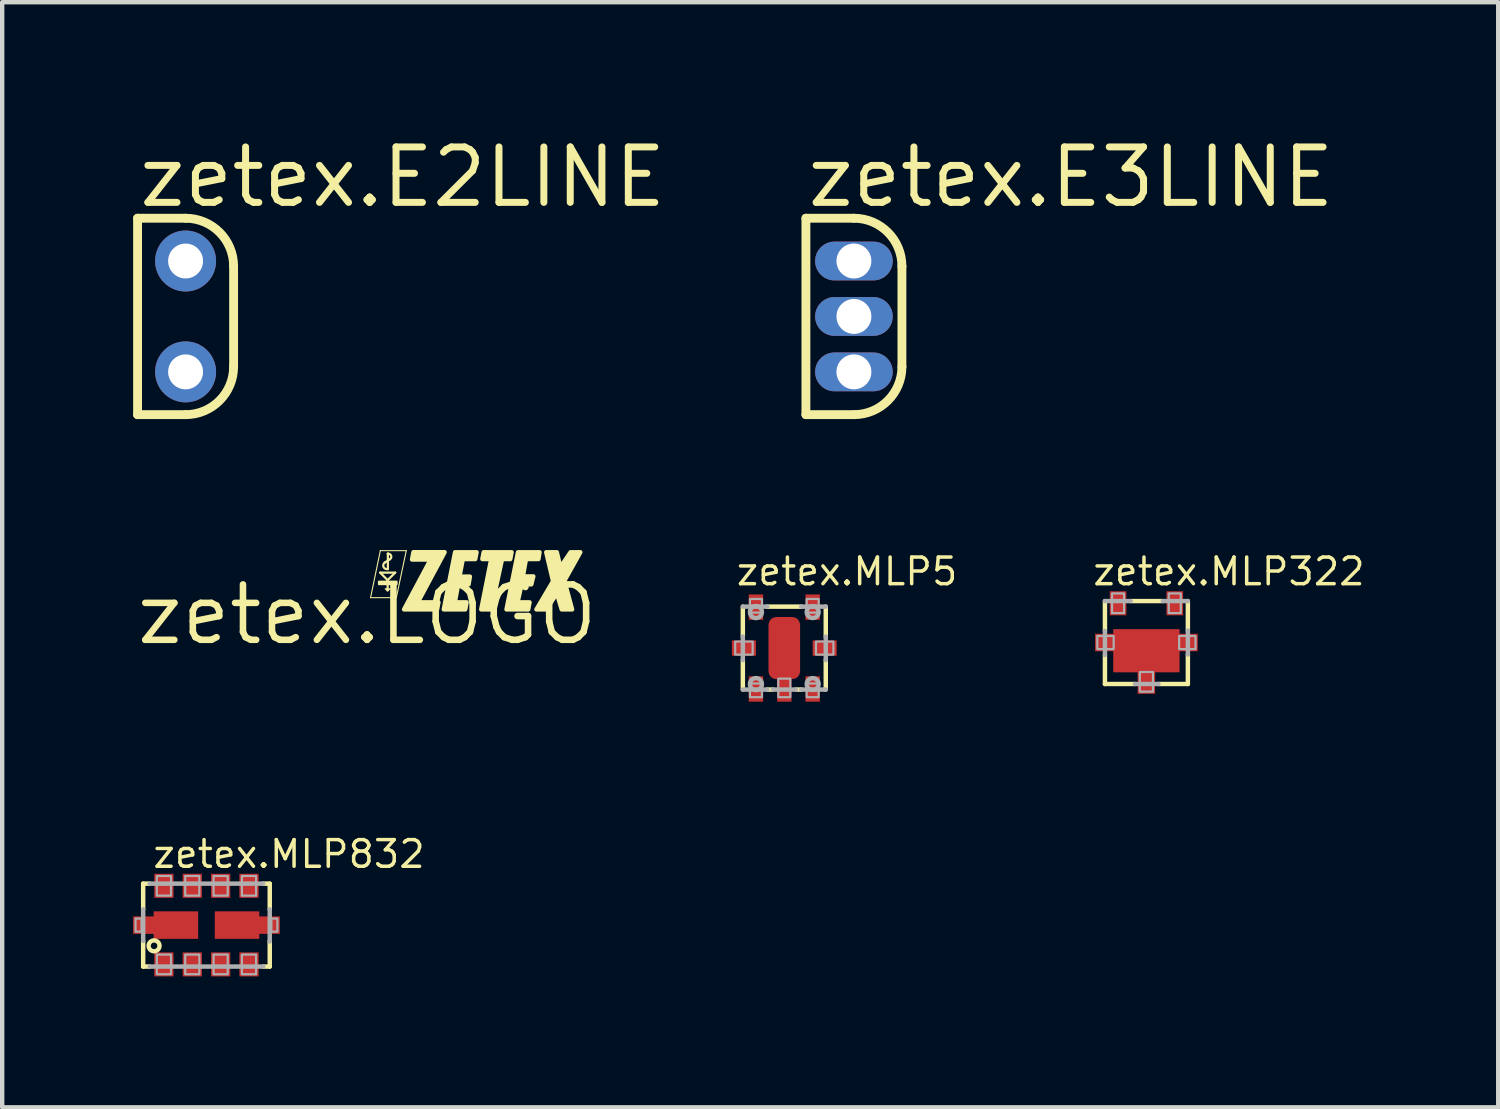
<source format=kicad_pcb>
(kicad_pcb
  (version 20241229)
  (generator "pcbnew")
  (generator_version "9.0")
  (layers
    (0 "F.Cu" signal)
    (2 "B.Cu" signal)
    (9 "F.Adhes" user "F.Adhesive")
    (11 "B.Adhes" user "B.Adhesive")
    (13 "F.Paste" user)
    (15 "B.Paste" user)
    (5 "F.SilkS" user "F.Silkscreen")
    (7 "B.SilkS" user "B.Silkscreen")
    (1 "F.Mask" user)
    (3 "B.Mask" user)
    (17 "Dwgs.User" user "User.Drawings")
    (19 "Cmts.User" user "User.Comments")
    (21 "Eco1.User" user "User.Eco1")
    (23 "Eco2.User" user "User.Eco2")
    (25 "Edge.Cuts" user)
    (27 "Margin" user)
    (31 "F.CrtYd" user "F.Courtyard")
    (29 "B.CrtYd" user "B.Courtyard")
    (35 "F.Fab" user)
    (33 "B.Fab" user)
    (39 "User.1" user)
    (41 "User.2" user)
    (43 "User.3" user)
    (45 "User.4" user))
  (footprint "zetex.MLP322"
    (layer "F.Cu")
    (at 23.215 11.671)
    (property "Reference" "zetex.MLP322" (at -1.27 -1.27 0) (layer "F.SilkS") (effects (font (size 0.61 0.61) (thickness 0.08)) (justify left bottom)))
    (attr smd)
    (fp_line (start -0.95 -0.263) (end -0.95 -0.95) (stroke (width 0.102) (type default)) (layer "F.SilkS"))
    (fp_line (start -0.95 0.95) (end -0.95 0.287) (stroke (width 0.102) (type default)) (layer "F.SilkS"))
    (fp_line (start -0.362 -0.95) (end 0.375 -0.95) (stroke (width 0.102) (type default)) (layer "F.SilkS"))
    (fp_line (start -0.263 0.95) (end -0.95 0.95) (stroke (width 0.102) (type default)) (layer "F.SilkS"))
    (fp_line (start 0.95 -0.95) (end 0.95 -0.275) (stroke (width 0.102) (type default)) (layer "F.SilkS"))
    (fp_line (start 0.95 0.275) (end 0.95 0.95) (stroke (width 0.102) (type default)) (layer "F.SilkS"))
    (fp_line (start 0.95 0.95) (end 0.275 0.95) (stroke (width 0.102) (type default)) (layer "F.SilkS"))
    (fp_line (start -0.95 -0.95) (end -0.362 -0.95) (stroke (width 0.102) (type default)) (layer "F.Fab"))
    (fp_line (start -0.95 0.287) (end -0.95 -0.263) (stroke (width 0.102) (type default)) (layer "F.Fab"))
    (fp_line (start 0.275 0.95) (end -0.263 0.95) (stroke (width 0.102) (type default)) (layer "F.Fab"))
    (fp_line (start 0.375 -0.95) (end 0.95 -0.95) (stroke (width 0.102) (type default)) (layer "F.Fab"))
    (fp_line (start 0.95 -0.275) (end 0.95 0.275) (stroke (width 0.102) (type default)) (layer "F.Fab"))
    (fp_rect (start -1.125 0.15) (end -0.75 -0.15) (stroke (width 0.05) (type default)) (fill no) (layer "F.Fab"))
    (fp_rect (start -0.787 -0.675) (end -0.512 -1.125) (stroke (width 0.05) (type default)) (fill no) (layer "F.Fab"))
    (fp_rect (start -0.15 1.125) (end 0.15 0.675) (stroke (width 0.05) (type default)) (fill no) (layer "F.Fab"))
    (fp_rect (start 0.512 -0.675) (end 0.787 -1.125) (stroke (width 0.05) (type default)) (fill no) (layer "F.Fab"))
    (fp_rect (start 0.75 0.15) (end 1.125 -0.15) (stroke (width 0.05) (type default)) (fill no) (layer "F.Fab"))
    (pad "B" smd roundrect (at 0.65 -0.9) (size 0.38 0.55) (layers "F.Cu" "F.Mask" "F.Paste") (roundrect_rratio 0.01))
    (pad "C" smd roundrect (at 0 0.188) (size 1.52 0.99) (layers "F.Cu" "F.Mask" "F.Paste") (roundrect_rratio 0.01))
    (pad "C@1" smd roundrect (at -0.938 0) (size 0.475 0.4) (layers "F.Cu" "F.Mask" "F.Paste") (roundrect_rratio 0.01))
    (pad "C@2" smd roundrect (at 0 0.875) (size 0.4 0.6) (layers "F.Cu" "F.Mask" "F.Paste") (roundrect_rratio 0.01))
    (pad "C@3" smd roundrect (at 0.938 0) (size 0.475 0.4) (layers "F.Cu" "F.Mask" "F.Paste") (roundrect_rratio 0.01))
    (pad "E" smd roundrect (at -0.65 -0.9) (size 0.38 0.55) (layers "F.Cu" "F.Mask" "F.Paste") (roundrect_rratio 0.01)))
  (footprint "zetex.LOGO"
    (layer "F.Cu")
    (at 5.359 11.029)
    (property "Reference" "zetex.LOGO" (at 0 0 0) (layer "F.SilkS") (effects (font (size 1.27 1.27) (thickness 0.15))))
    (fp_line (start 0.081 -0.386) (end 0.305 -1.463) (stroke (width 0.025) (type default)) (layer "F.SilkS"))
    (fp_line (start 0.3 -0.96) (end 0.645 -0.96) (stroke (width 0.051) (type default)) (layer "F.SilkS"))
    (fp_line (start 0.305 -1.463) (end 0.899 -1.463) (stroke (width 0.025) (type default)) (layer "F.SilkS"))
    (fp_line (start 0.411 -1.194) (end 0.518 -1.26) (stroke (width 0.051) (type default)) (layer "F.SilkS"))
    (fp_line (start 0.472 -0.787) (end 0.3 -0.96) (stroke (width 0.051) (type default)) (layer "F.SilkS"))
    (fp_line (start 0.472 -0.787) (end 0.472 -0.594) (stroke (width 0.051) (type default)) (layer "F.SilkS"))
    (fp_line (start 0.477 -1.392) (end 0.477 -1.041) (stroke (width 0.051) (type default)) (layer "F.SilkS"))
    (fp_line (start 0.477 -1.041) (end 0.462 -1.041) (stroke (width 0.051) (type default)) (layer "F.SilkS"))
    (fp_line (start 0.478 -1.392) (end 0.477 -1.392) (stroke (width 0.051) (type default)) (layer "F.SilkS"))
    (fp_line (start 0.493 -1.392) (end 0.478 -1.392) (stroke (width 0.051) (type default)) (layer "F.SilkS"))
    (fp_line (start 0.645 -0.96) (end 0.472 -0.787) (stroke (width 0.051) (type default)) (layer "F.SilkS"))
    (fp_line (start 0.671 -0.386) (end 0.081 -0.386) (stroke (width 0.025) (type default)) (layer "F.SilkS"))
    (fp_line (start 0.899 -1.463) (end 0.671 -0.386) (stroke (width 0.025) (type default)) (layer "F.SilkS"))
    (fp_rect (start 0.274 -0.696) (end 0.676 -0.752) (stroke (width 0.05) (type default)) (fill yes) (layer "F.SilkS"))
    (fp_arc (start 0.4522 -1.0414) (mid 0.373342 -1.102) (end 0.4116 -1.1938) (stroke (width 0.0508) (type default)) (layer "F.SilkS"))
    (fp_arc (start 0.4776 -1.3919) (mid 0.554148 -1.341744) (end 0.5132 -1.2599) (stroke (width 0.0508) (type default)) (layer "F.SilkS"))
    (fp_poly (pts (xy 0.417 -0.589) (xy 0.523 -0.589) (xy 0.472 -0.533)) (stroke (width 0.025) (type default)) (fill yes) (layer "F.SilkS"))
    (fp_poly (pts (xy 2.672 -1.427) (xy 3.312 -1.427) (xy 3.282 -1.27) (xy 3.094 -1.27) (xy 2.845 -0.117) (xy 2.616 -0.117) (xy 2.845 -1.27) (xy 2.642 -1.27)) (stroke (width 0.1) (type default)) (fill yes) (layer "F.SilkS"))
    (fp_poly (pts (xy 1.063 -1.428) (xy 1.778 -1.428) (xy 1.778 -1.427) (xy 1.163 -0.279) (xy 1.636 -0.279) (xy 1.605 -0.117) (xy 0.848 -0.117) (xy 1.458 -1.26) (xy 1.031 -1.26) (xy 1.062 -1.427)) (stroke (width 0.1) (type default)) (fill yes) (layer "F.SilkS"))
    (fp_poly (pts (xy 2.017 -1.427) (xy 2.51 -1.427) (xy 2.479 -1.27) (xy 2.195 -1.27) (xy 2.118 -0.869) (xy 2.357 -0.869) (xy 2.327 -0.691) (xy 2.088 -0.691) (xy 2.012 -0.279) (xy 2.281 -0.279) (xy 2.25 -0.117) (xy 1.758 -0.117)) (stroke (width 0.1) (type default)) (fill yes) (layer "F.SilkS"))
    (fp_poly (pts (xy 3.459 -1.427) (xy 3.952 -1.427) (xy 3.927 -1.27) (xy 3.642 -1.27) (xy 3.571 -0.874) (xy 3.81 -0.874) (xy 3.764 -0.691) (xy 3.541 -0.691) (xy 3.449 -0.279) (xy 3.724 -0.279) (xy 3.693 -0.117) (xy 3.195 -0.117)) (stroke (width 0.1) (type default)) (fill yes) (layer "F.SilkS"))
    (fp_poly (pts (xy 4.105 -1.427) (xy 4.348 -1.427) (xy 4.43 -1.082) (xy 4.663 -1.427) (xy 4.887 -1.427) (xy 4.521 -0.772) (xy 4.699 -0.117) (xy 4.46 -0.117) (xy 4.348 -0.488) (xy 4.11 -0.117) (xy 3.881 -0.117) (xy 4.262 -0.762)) (stroke (width 0.1) (type default)) (fill yes) (layer "F.SilkS")))
  (footprint "zetex.E2LINE"
    (layer "F.Cu")
    (at 1.202 4.2)
    (property "Reference" "zetex.E2LINE" (at -1.15 -2.45 0) (layer "F.SilkS") (effects (font (size 1.27 1.27) (thickness 0.16)) (justify left bottom)))
    (attr through_hole)
    (fp_line (start -1.1 -2.25) (end 0 -2.25) (stroke (width 0.203) (type default)) (layer "F.SilkS"))
    (fp_line (start -1.1 2.25) (end -1.1 -2.25) (stroke (width 0.203) (type default)) (layer "F.SilkS"))
    (fp_line (start 0 2.25) (end -1.1 2.25) (stroke (width 0.203) (type default)) (layer "F.SilkS"))
    (fp_line (start 1.1 -1.15) (end 1.1 1.15) (stroke (width 0.203) (type default)) (layer "F.SilkS"))
    (fp_arc (start 0 -2.25) (mid 0.777817 -1.927817) (end 1.1 -1.15) (stroke (width 0.2032) (type default)) (layer "F.SilkS"))
    (fp_arc (start 1.1 1.15) (mid 0.777817 1.927817) (end 0 2.25) (stroke (width 0.2032) (type default)) (layer "F.SilkS"))
    (pad "1" thru_hole circle (at 0 1.27) (size 1.397 1.397) (drill 0.8) (layers "*.Cu" "*.Mask"))
    (pad "2" thru_hole circle (at 0 -1.27) (size 1.397 1.397) (drill 0.8) (layers "*.Cu" "*.Mask")))
  (footprint "zetex.MLP832"
    (layer "F.Cu")
    (at 1.68 18.145)
    (property "Reference" "zetex.MLP832" (at -1.27 -1.27 0) (layer "F.SilkS") (effects (font (size 0.61 0.61) (thickness 0.08)) (justify left bottom)))
    (attr smd)
    (fp_line (start -1.45 -0.95) (end -1.3 -0.95) (stroke (width 0.102) (type default)) (layer "F.SilkS"))
    (fp_line (start -1.45 -0.362) (end -1.45 -0.95) (stroke (width 0.102) (type default)) (layer "F.SilkS"))
    (fp_line (start -1.45 0.95) (end -1.45 0.362) (stroke (width 0.102) (type default)) (layer "F.SilkS"))
    (fp_line (start -1.3 0.95) (end -1.45 0.95) (stroke (width 0.102) (type default)) (layer "F.SilkS"))
    (fp_line (start 1.3 -0.95) (end 1.45 -0.95) (stroke (width 0.102) (type default)) (layer "F.SilkS"))
    (fp_line (start 1.45 -0.95) (end 1.45 -0.362) (stroke (width 0.102) (type default)) (layer "F.SilkS"))
    (fp_line (start 1.45 0.362) (end 1.45 0.95) (stroke (width 0.102) (type default)) (layer "F.SilkS"))
    (fp_line (start 1.45 0.95) (end 1.3 0.95) (stroke (width 0.102) (type default)) (layer "F.SilkS"))
    (fp_circle (center -1.2 0.475) (end -1.075 0.475) (stroke (width 0.1) (type default)) (fill no) (layer "F.SilkS"))
    (fp_line (start -1.45 0.362) (end -1.45 -0.362) (stroke (width 0.102) (type default)) (layer "F.Fab"))
    (fp_line (start -1.3 -0.95) (end 1.3 -0.95) (stroke (width 0.102) (type default)) (layer "F.Fab"))
    (fp_line (start 1.3 0.95) (end -1.3 0.95) (stroke (width 0.102) (type default)) (layer "F.Fab"))
    (fp_line (start 1.45 -0.362) (end 1.45 0.375) (stroke (width 0.102) (type default)) (layer "F.Fab"))
    (fp_rect (start -1.625 0.15) (end -1.488 -0.15) (stroke (width 0.05) (type default)) (fill no) (layer "F.Fab"))
    (fp_rect (start -1.137 -0.675) (end -0.812 -1.125) (stroke (width 0.05) (type default)) (fill no) (layer "F.Fab"))
    (fp_rect (start -1.137 1.125) (end -0.812 0.675) (stroke (width 0.05) (type default)) (fill no) (layer "F.Fab"))
    (fp_rect (start -0.487 -0.675) (end -0.163 -1.125) (stroke (width 0.05) (type default)) (fill no) (layer "F.Fab"))
    (fp_rect (start -0.487 1.125) (end -0.163 0.675) (stroke (width 0.05) (type default)) (fill no) (layer "F.Fab"))
    (fp_rect (start 0.163 -0.675) (end 0.487 -1.125) (stroke (width 0.05) (type default)) (fill no) (layer "F.Fab"))
    (fp_rect (start 0.163 1.125) (end 0.487 0.675) (stroke (width 0.05) (type default)) (fill no) (layer "F.Fab"))
    (fp_rect (start 0.812 -0.675) (end 1.137 -1.125) (stroke (width 0.05) (type default)) (fill no) (layer "F.Fab"))
    (fp_rect (start 0.812 1.125) (end 1.137 0.675) (stroke (width 0.05) (type default)) (fill no) (layer "F.Fab"))
    (fp_rect (start 1.488 0.15) (end 1.625 -0.15) (stroke (width 0.05) (type default)) (fill no) (layer "F.Fab"))
    (pad "1" smd roundrect (at -0.975 0.9) (size 0.44 0.55) (layers "F.Cu" "F.Mask" "F.Paste") (roundrect_rratio 0.01))
    (pad "2" smd roundrect (at -0.325 0.9) (size 0.44 0.55) (layers "F.Cu" "F.Mask" "F.Paste") (roundrect_rratio 0.01))
    (pad "3" smd roundrect (at 0.325 0.9) (size 0.44 0.55) (layers "F.Cu" "F.Mask" "F.Paste") (roundrect_rratio 0.01))
    (pad "4" smd roundrect (at 0.975 0.9) (size 0.44 0.55) (layers "F.Cu" "F.Mask" "F.Paste") (roundrect_rratio 0.01))
    (pad "5" smd roundrect (at 0.975 -0.9) (size 0.44 0.55) (layers "F.Cu" "F.Mask" "F.Paste") (roundrect_rratio 0.01))
    (pad "6" smd roundrect (at 0.325 -0.9) (size 0.44 0.55) (layers "F.Cu" "F.Mask" "F.Paste") (roundrect_rratio 0.01))
    (pad "7" smd roundrect (at -0.325 -0.9) (size 0.44 0.55) (layers "F.Cu" "F.Mask" "F.Paste") (roundrect_rratio 0.01))
    (pad "8" smd roundrect (at -0.975 -0.9) (size 0.44 0.55) (layers "F.Cu" "F.Mask" "F.Paste") (roundrect_rratio 0.01))
    (pad "F1" smd roundrect (at -0.7 0) (size 1.02 0.63) (layers "F.Cu" "F.Mask" "F.Paste") (roundrect_rratio 0.01))
    (pad "F1@1" smd roundrect (at -1.375 0) (size 0.61 0.4) (layers "F.Cu" "F.Mask" "F.Paste") (roundrect_rratio 0.01))
    (pad "F2" smd roundrect (at 0.7 0) (size 1.02 0.63) (layers "F.Cu" "F.Mask" "F.Paste") (roundrect_rratio 0.01))
    (pad "F2@2" smd roundrect (at 1.375 0) (size 0.61 0.4) (layers "F.Cu" "F.Mask" "F.Paste") (roundrect_rratio 0.01)))
  (footprint "zetex.MLP5"
    (layer "F.Cu")
    (at 14.919 11.798)
    (property "Reference" "zetex.MLP5" (at -1.143 -1.397 0) (layer "F.SilkS") (effects (font (size 0.61 0.61) (thickness 0.08)) (justify left bottom)))
    (attr smd)
    (fp_line (start -0.95 -0.263) (end -0.95 -0.95) (stroke (width 0.102) (type default)) (layer "F.SilkS"))
    (fp_line (start -0.95 0.95) (end -0.95 0.275) (stroke (width 0.102) (type default)) (layer "F.SilkS"))
    (fp_line (start -0.388 -0.95) (end 0.388 -0.95) (stroke (width 0.102) (type default)) (layer "F.SilkS"))
    (fp_line (start -0.263 0.95) (end -0.388 0.95) (stroke (width 0.102) (type default)) (layer "F.SilkS"))
    (fp_line (start 0.388 0.95) (end 0.263 0.95) (stroke (width 0.102) (type default)) (layer "F.SilkS"))
    (fp_line (start 0.95 -0.95) (end 0.95 -0.263) (stroke (width 0.102) (type default)) (layer "F.SilkS"))
    (fp_line (start 0.95 0.275) (end 0.95 0.95) (stroke (width 0.102) (type default)) (layer "F.SilkS"))
    (fp_line (start -0.95 -0.95) (end -0.388 -0.95) (stroke (width 0.102) (type default)) (layer "F.Fab"))
    (fp_line (start -0.95 0.275) (end -0.95 -0.263) (stroke (width 0.102) (type default)) (layer "F.Fab"))
    (fp_line (start -0.388 0.95) (end -0.95 0.95) (stroke (width 0.102) (type default)) (layer "F.Fab"))
    (fp_line (start 0.263 0.95) (end -0.263 0.95) (stroke (width 0.102) (type default)) (layer "F.Fab"))
    (fp_line (start 0.388 -0.95) (end 0.95 -0.95) (stroke (width 0.102) (type default)) (layer "F.Fab"))
    (fp_line (start 0.95 -0.263) (end 0.95 0.275) (stroke (width 0.102) (type default)) (layer "F.Fab"))
    (fp_line (start 0.95 0.95) (end 0.388 0.95) (stroke (width 0.102) (type default)) (layer "F.Fab"))
    (fp_rect (start -1.125 0.15) (end -0.725 -0.15) (stroke (width 0.05) (type default)) (fill no) (layer "F.Fab"))
    (fp_rect (start -0.787 -0.812) (end -0.512 -1.125) (stroke (width 0.05) (type default)) (fill no) (layer "F.Fab"))
    (fp_rect (start -0.787 1.125) (end -0.512 0.812) (stroke (width 0.05) (type default)) (fill no) (layer "F.Fab"))
    (fp_rect (start -0.138 1.125) (end 0.138 0.7) (stroke (width 0.05) (type default)) (fill no) (layer "F.Fab"))
    (fp_rect (start 0.512 -0.812) (end 0.787 -1.125) (stroke (width 0.05) (type default)) (fill no) (layer "F.Fab"))
    (fp_rect (start 0.512 1.125) (end 0.787 0.812) (stroke (width 0.05) (type default)) (fill no) (layer "F.Fab"))
    (fp_rect (start 0.725 0.15) (end 1.125 -0.15) (stroke (width 0.05) (type default)) (fill no) (layer "F.Fab"))
    (fp_circle (center -0.65 -0.825) (end -0.512 -0.825) (stroke (width 0.1) (type default)) (fill no) (layer "F.Fab"))
    (fp_circle (center -0.65 0.825) (end -0.512 0.825) (stroke (width 0.1) (type default)) (fill no) (layer "F.Fab"))
    (fp_circle (center 0.65 -0.825) (end 0.787 -0.825) (stroke (width 0.1) (type default)) (fill no) (layer "F.Fab"))
    (fp_circle (center 0.65 0.825) (end 0.787 0.825) (stroke (width 0.1) (type default)) (fill no) (layer "F.Fab"))
    (pad "1" smd roundrect (at -0.65 0.938) (size 0.33 0.58) (layers "F.Cu" "F.Mask" "F.Paste") (roundrect_rratio 0.01))
    (pad "2" smd roundrect (at 0 0.938) (size 0.33 0.58) (layers "F.Cu" "F.Mask" "F.Paste") (roundrect_rratio 0.01))
    (pad "2@1" smd roundrect (at 0 0) (size 0.724 1.424) (layers "F.Cu" "F.Mask" "F.Paste") (roundrect_rratio 0.25))
    (pad "3" smd roundrect (at 0.65 0.938) (size 0.33 0.58) (layers "F.Cu" "F.Mask" "F.Paste") (roundrect_rratio 0.01))
    (pad "4" smd roundrect (at 0.65 -0.938) (size 0.33 0.58) (layers "F.Cu" "F.Mask" "F.Paste") (roundrect_rratio 0.01))
    (pad "5" smd roundrect (at -0.65 -0.938) (size 0.33 0.58) (layers "F.Cu" "F.Mask" "F.Paste") (roundrect_rratio 0.01))
    (pad "X1" smd roundrect (at -0.925 0) (size 0.55 0.35) (layers "F.Cu" "F.Mask" "F.Paste") (roundrect_rratio 0.01))
    (pad "X2" smd roundrect (at 0.925 0) (size 0.55 0.35) (layers "F.Cu" "F.Mask" "F.Paste") (roundrect_rratio 0.01)))
  (footprint "zetex.E3LINE"
    (layer "F.Cu")
    (at 16.514 4.2)
    (property "Reference" "zetex.E3LINE" (at -1.15 -2.45 0) (layer "F.SilkS") (effects (font (size 1.27 1.27) (thickness 0.16)) (justify left bottom)))
    (attr through_hole)
    (fp_line (start -1.1 -2.25) (end 0 -2.25) (stroke (width 0.203) (type default)) (layer "F.SilkS"))
    (fp_line (start -1.1 2.25) (end -1.1 -2.25) (stroke (width 0.203) (type default)) (layer "F.SilkS"))
    (fp_line (start 0 2.25) (end -1.1 2.25) (stroke (width 0.203) (type default)) (layer "F.SilkS"))
    (fp_line (start 1.1 -1.15) (end 1.1 1.15) (stroke (width 0.203) (type default)) (layer "F.SilkS"))
    (fp_arc (start 0 -2.25) (mid 0.777817 -1.927817) (end 1.1 -1.15) (stroke (width 0.2032) (type default)) (layer "F.SilkS"))
    (fp_arc (start 1.1 1.15) (mid 0.777817 1.927817) (end 0 2.25) (stroke (width 0.2032) (type default)) (layer "F.SilkS"))
    (pad "1" thru_hole oval (at 0 1.27) (size 1.778 0.889) (drill 0.8) (layers "*.Cu" "*.Mask"))
    (pad "2" thru_hole oval (at 0 0) (size 1.778 0.889) (drill 0.8) (layers "*.Cu" "*.Mask"))
    (pad "3" thru_hole oval (at 0 -1.27) (size 1.778 0.889) (drill 0.8) (layers "*.Cu" "*.Mask")))
  (gr_rect
    (start -3 -3)
    (end 31.275 22.32)
    (stroke (width 0.1) (type default))
    (fill no)
    (layer "Edge.Cuts")))
</source>
